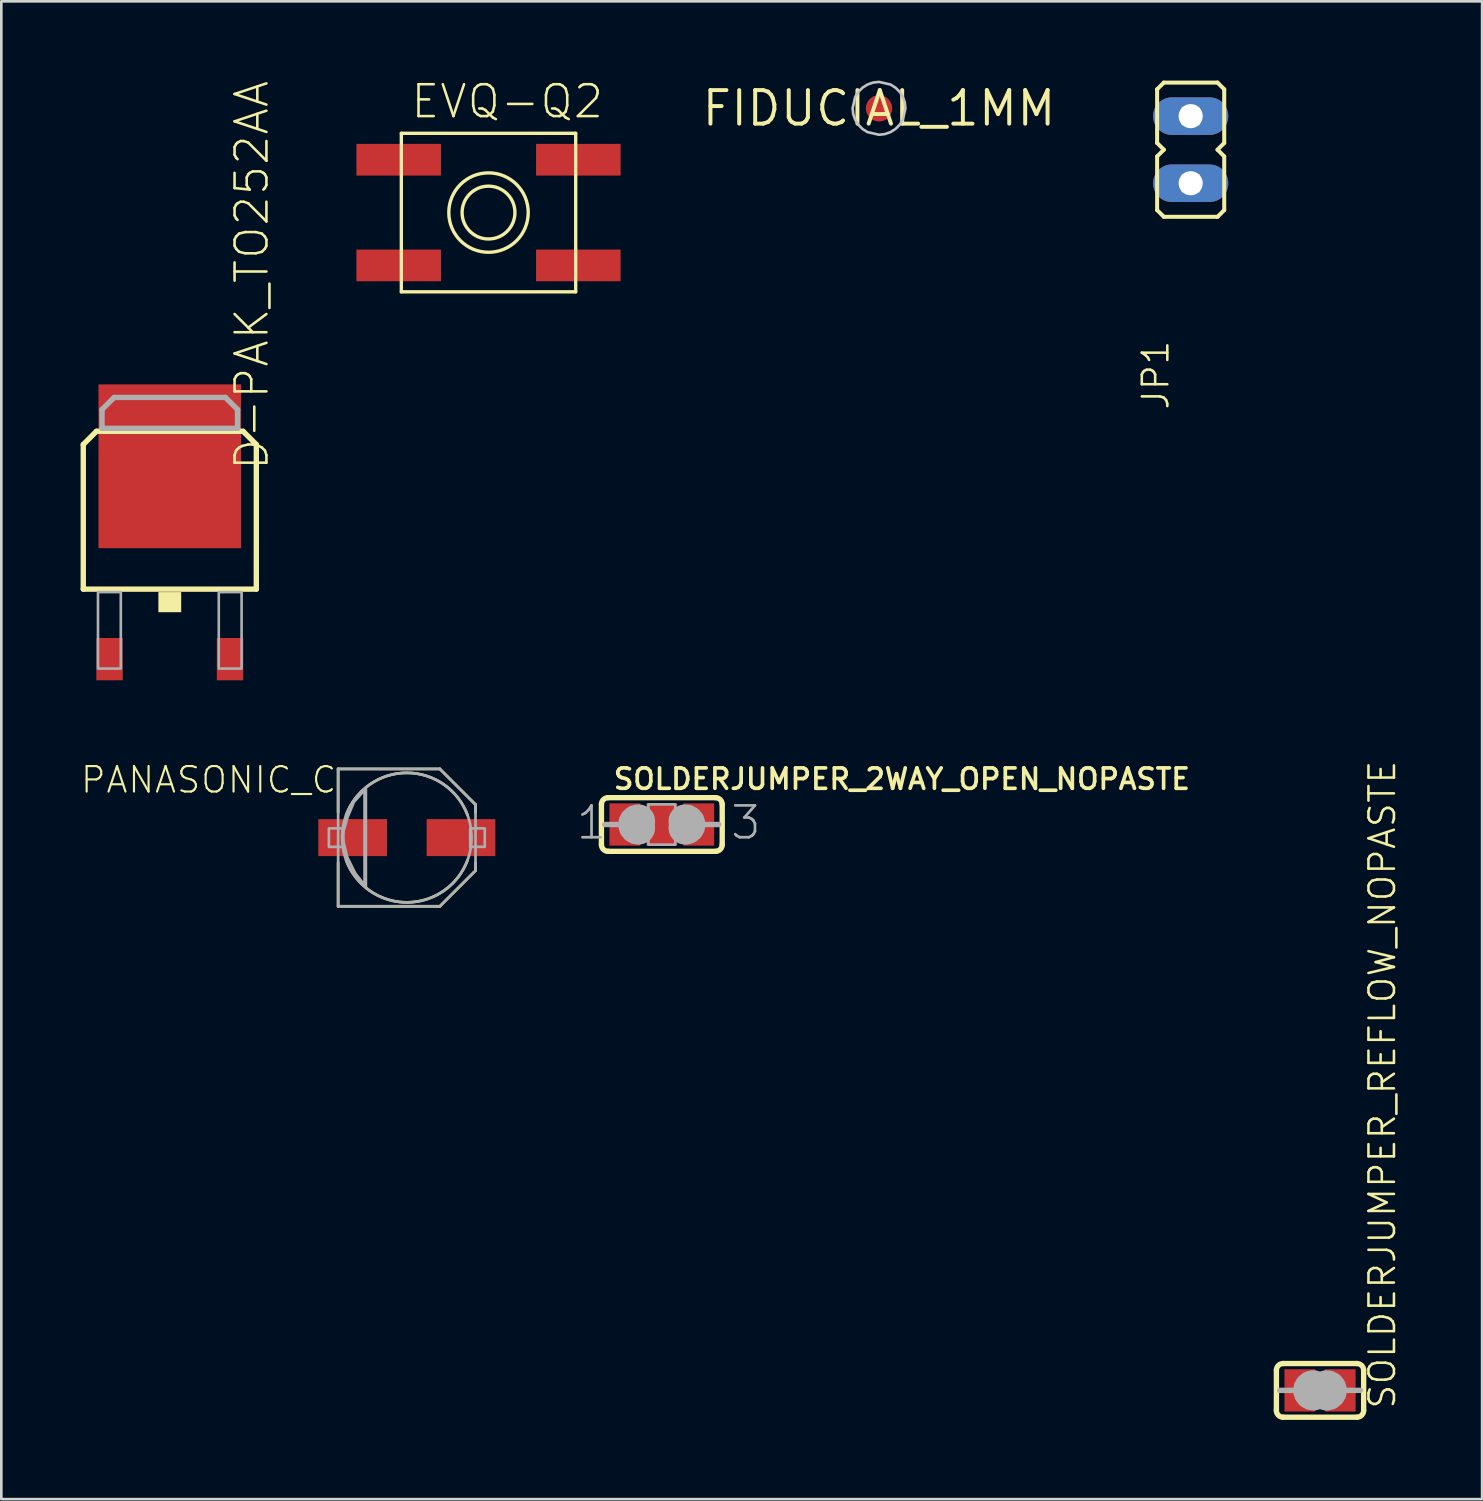
<source format=kicad_pcb>
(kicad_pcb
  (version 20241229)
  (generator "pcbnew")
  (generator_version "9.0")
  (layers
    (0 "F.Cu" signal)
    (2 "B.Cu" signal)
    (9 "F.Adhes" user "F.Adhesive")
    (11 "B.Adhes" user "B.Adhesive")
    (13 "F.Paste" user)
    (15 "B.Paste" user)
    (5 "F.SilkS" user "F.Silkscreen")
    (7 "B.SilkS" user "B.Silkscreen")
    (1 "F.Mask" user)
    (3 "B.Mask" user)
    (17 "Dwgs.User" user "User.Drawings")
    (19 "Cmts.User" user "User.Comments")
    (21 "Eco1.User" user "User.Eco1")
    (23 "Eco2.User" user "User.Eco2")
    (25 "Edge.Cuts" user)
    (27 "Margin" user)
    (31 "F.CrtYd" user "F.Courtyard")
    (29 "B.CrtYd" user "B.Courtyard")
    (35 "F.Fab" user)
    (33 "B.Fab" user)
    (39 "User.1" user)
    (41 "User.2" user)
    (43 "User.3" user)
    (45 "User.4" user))
  (footprint "PANASONIC_C"
    (layer "F.Cu")
    (at 12.349 28.655)
    (property "Reference" "PANASONIC_C" (at -2.6 -2.75 0) (layer "F.SilkS") (effects (font (size 0.965 0.965) (thickness 0.081)) (justify right top)))
    (attr through_hole)
    (fp_line (start -2.6 -2.6) (end 1.25 -2.6) (stroke (width 0.102) (type solid)) (layer "F.SilkS"))
    (fp_line (start -2.6 -0.95) (end -2.6 -2.6) (stroke (width 0.102) (type solid)) (layer "F.SilkS"))
    (fp_line (start -2.6 2.6) (end -2.6 0.95) (stroke (width 0.102) (type solid)) (layer "F.SilkS"))
    (fp_line (start 1.25 -2.6) (end 2.6 -1.25) (stroke (width 0.102) (type solid)) (layer "F.SilkS"))
    (fp_line (start 1.25 2.6) (end -2.6 2.6) (stroke (width 0.102) (type solid)) (layer "F.SilkS"))
    (fp_line (start 2.6 -1.25) (end 2.6 -0.95) (stroke (width 0.102) (type solid)) (layer "F.SilkS"))
    (fp_line (start 2.6 0.95) (end 2.6 1.25) (stroke (width 0.102) (type solid)) (layer "F.SilkS"))
    (fp_line (start 2.6 1.25) (end 1.25 2.6) (stroke (width 0.102) (type solid)) (layer "F.SilkS"))
    (fp_arc (start -2.3 -0.85) (mid 0 -2.45204) (end 2.3 -0.85) (stroke (width 0.1016) (type solid)) (layer "F.SilkS"))
    (fp_arc (start 2.3 0.85) (mid 0 2.45204) (end -2.3 0.85) (stroke (width 0.1016) (type solid)) (layer "F.SilkS"))
    (fp_line (start -2.6 -2.6) (end 1.25 -2.6) (stroke (width 0.102) (type solid)) (layer "F.Fab"))
    (fp_line (start -2.6 2.6) (end -2.6 -2.6) (stroke (width 0.102) (type solid)) (layer "F.Fab"))
    (fp_line (start -1.55 -1.85) (end -1.55 1.85) (stroke (width 0.102) (type solid)) (layer "F.Fab"))
    (fp_line (start 1.25 -2.6) (end 2.6 -1.25) (stroke (width 0.102) (type solid)) (layer "F.Fab"))
    (fp_line (start 1.25 2.6) (end -2.6 2.6) (stroke (width 0.102) (type solid)) (layer "F.Fab"))
    (fp_line (start 2.6 -1.25) (end 2.6 1.25) (stroke (width 0.102) (type solid)) (layer "F.Fab"))
    (fp_line (start 2.6 1.25) (end 1.25 2.6) (stroke (width 0.102) (type solid)) (layer "F.Fab"))
    (fp_circle (center 0 0) (end 2.45 0) (stroke (width 0.102) (type solid)) (fill no) (layer "F.Fab"))
    (fp_poly (pts (xy -2.95 0.35) (xy -2.4 0.35) (xy -2.4 -0.35) (xy -2.95 -0.35)) (stroke (width 0.1) (type solid)) (fill no) (layer "F.Fab"))
    (fp_poly (pts (xy 2.4 0.35) (xy 2.95 0.35) (xy 2.95 -0.35) (xy 2.4 -0.35)) (stroke (width 0.1) (type solid)) (fill no) (layer "F.Fab"))
    (fp_poly (pts (xy -1.6 -1.8) (xy -2 -1.35) (xy -2.25 -0.75) (xy -2.45 -0.05) (xy -2.25 0.75) (xy -1.95 1.35) (xy -1.6 1.8)) (stroke (width 0.1) (type solid)) (fill no) (layer "F.Fab"))
    (pad "+" smd rect (at 2.05 0) (size 2.6 1.4) (layers "F.Cu" "F.Mask" "F.Paste"))
    (pad "-" smd rect (at -2.05 0) (size 2.6 1.4) (layers "F.Cu" "F.Mask" "F.Paste")))
  (footprint "FIDUCIAL_1MM"
    (layer "F.Cu")
    (at 30.222 1.05)
    (property "Reference" "FIDUCIAL_1MM" (at 0 0 0) (layer "F.SilkS") (effects (font (size 1.27 1.27) (thickness 0.15))))
    (attr through_hole)
    (fp_poly (pts (xy -1 0) (xy -0.975 0.223) (xy -0.901 0.434) (xy -0.782 0.623) (xy -0.623 0.782) (xy -0.434 0.901) (xy 0 1) (xy 0.223 0.975) (xy 0.434 0.901) (xy 0.623 0.782) (xy 0.782 0.623) (xy 0.901 0.434) (xy 1 0) (xy 0.975 -0.223) (xy 0.901 -0.434) (xy 0.782 -0.623) (xy 0.623 -0.782) (xy 0.434 -0.901) (xy 0 -1) (xy -0.223 -0.975) (xy -0.434 -0.901) (xy -0.623 -0.782) (xy -0.782 -0.623) (xy -0.901 -0.434)) (stroke (width 0) (type solid)) (fill yes) (layer "F.Mask"))
    (fp_poly (pts (xy -1 0) (xy -0.975 0.223) (xy -0.901 0.434) (xy -0.782 0.623) (xy -0.623 0.782) (xy -0.434 0.901) (xy 0 1) (xy 0.223 0.975) (xy 0.434 0.901) (xy 0.623 0.782) (xy 0.782 0.623) (xy 0.901 0.434) (xy 1 0) (xy 0.975 -0.223) (xy 0.901 -0.434) (xy 0.782 -0.623) (xy 0.623 -0.782) (xy 0.434 -0.901) (xy 0 -1) (xy -0.223 -0.975) (xy -0.434 -0.901) (xy -0.623 -0.782) (xy -0.782 -0.623) (xy -0.901 -0.434)) (stroke (width 0.1) (type solid)) (fill no) (layer "Dwgs.User"))
    (pad "1" smd roundrect (at 0 0) (size 1 1) (layers "F.Cu" "F.Mask") (roundrect_rratio 0.5)))
  (footprint "EVQ-Q2"
    (layer "F.Cu")
    (at 15.441 4.996)
    (property "Reference" "EVQ-Q2" (at -3 -3.5 180) (layer "F.SilkS") (effects (font (size 1.206 1.206) (thickness 0.097)) (justify left bottom)))
    (attr through_hole)
    (fp_line (start -3.3 -3) (end 3.3 -3) (stroke (width 0.127) (type solid)) (layer "F.SilkS"))
    (fp_line (start -3.3 3) (end -3.3 -3) (stroke (width 0.127) (type solid)) (layer "F.SilkS"))
    (fp_line (start 3.3 -3) (end 3.3 3) (stroke (width 0.127) (type solid)) (layer "F.SilkS"))
    (fp_line (start 3.3 3) (end -3.3 3) (stroke (width 0.127) (type solid)) (layer "F.SilkS"))
    (fp_circle (center 0 0) (end 1 0) (stroke (width 0.127) (type solid)) (fill no) (layer "F.SilkS"))
    (fp_circle (center 0 0) (end 1.503 0) (stroke (width 0.127) (type solid)) (fill no) (layer "F.SilkS"))
    (pad "A" smd rect (at -3.4 2) (size 3.2 1.2) (layers "F.Cu" "F.Mask" "F.Paste"))
    (pad "A'" smd rect (at 3.4 2) (size 3.2 1.2) (layers "F.Cu" "F.Mask" "F.Paste"))
    (pad "B" smd rect (at -3.4 -2) (size 3.2 1.2) (layers "F.Cu" "F.Mask" "F.Paste"))
    (pad "B'" smd rect (at 3.4 -2) (size 3.2 1.2) (layers "F.Cu" "F.Mask" "F.Paste")))
  (footprint "SOLDERJUMPER_REFLOW_NOPASTE"
    (layer "F.Cu")
    (at 46.915 49.578)
    (property "Reference" "SOLDERJUMPER_REFLOW_NOPASTE" (at 2.921 0.762 90) (layer "F.SilkS") (effects (font (size 0.965 0.965) (thickness 0.097)) (justify left bottom)))
    (attr through_hole)
    (fp_poly (pts (xy -0.076 0.914) (xy 0.076 0.914) (xy 0.076 -0.914) (xy -0.076 -0.914)) (stroke (width 0) (type solid)) (fill yes) (layer "F.Mask"))
    (fp_line (start -1.651 0.762) (end -1.651 -0.762) (stroke (width 0.203) (type solid)) (layer "F.SilkS"))
    (fp_line (start -1.397 -1.016) (end 1.397 -1.016) (stroke (width 0.203) (type solid)) (layer "F.SilkS"))
    (fp_line (start 1.397 1.016) (end -1.397 1.016) (stroke (width 0.203) (type solid)) (layer "F.SilkS"))
    (fp_line (start 1.651 0.762) (end 1.651 -0.762) (stroke (width 0.203) (type solid)) (layer "F.SilkS"))
    (fp_arc (start -1.651 -0.762) (mid -1.576605 -0.941605) (end -1.397 -1.016) (stroke (width 0.2032) (type solid)) (layer "F.SilkS"))
    (fp_arc (start -1.397 1.016) (mid -1.576605 0.941605) (end -1.651 0.762) (stroke (width 0.2032) (type solid)) (layer "F.SilkS"))
    (fp_arc (start 1.397 -1.016) (mid 1.576605 -0.941605) (end 1.651 -0.762) (stroke (width 0.2032) (type solid)) (layer "F.SilkS"))
    (fp_arc (start 1.651 0.762) (mid 1.576605 0.941605) (end 1.397 1.016) (stroke (width 0.2032) (type solid)) (layer "F.SilkS"))
    (fp_line (start -1.016 0) (end -1.524 0) (stroke (width 0.203) (type solid)) (layer "F.Fab"))
    (fp_line (start 1.016 0) (end 1.524 0) (stroke (width 0.203) (type solid)) (layer "F.Fab"))
    (fp_arc (start -0.254 0.127) (mid -0.381 0) (end -0.254 -0.127) (stroke (width 1.27) (type solid)) (layer "F.Fab"))
    (fp_arc (start 0.254 -0.127) (mid 0.381 0) (end 0.254 0.127) (stroke (width 1.27) (type solid)) (layer "F.Fab"))
    (pad "1" smd rect (at -0.762 0) (size 1.168 1.6) (layers "F.Cu" "F.Mask"))
    (pad "2" smd rect (at 0.762 0) (size 1.168 1.6) (layers "F.Cu" "F.Mask")))
  (footprint "D-PAK_TO252AA"
    (layer "F.Cu")
    (at 3.377 17.1)
    (property "Reference" "D-PAK_TO252AA" (at 3.81 -2.286 270) (layer "F.SilkS") (effects (font (size 1.206 1.206) (thickness 0.097)) (justify left bottom)))
    (attr through_hole)
    (fp_line (start -3.275 -3.325) (end -2.775 -3.825) (stroke (width 0.203) (type solid)) (layer "F.SilkS"))
    (fp_line (start -3.275 2.15) (end -3.275 -3.325) (stroke (width 0.203) (type solid)) (layer "F.SilkS"))
    (fp_line (start -2.775 -3.825) (end 2.775 -3.825) (stroke (width 0.203) (type solid)) (layer "F.SilkS"))
    (fp_line (start 2.775 -3.825) (end 3.275 -3.325) (stroke (width 0.203) (type solid)) (layer "F.SilkS"))
    (fp_line (start 3.275 -3.325) (end 3.275 2.15) (stroke (width 0.203) (type solid)) (layer "F.SilkS"))
    (fp_line (start 3.275 2.15) (end -3.275 2.15) (stroke (width 0.203) (type solid)) (layer "F.SilkS"))
    (fp_poly (pts (xy -0.432 3.023) (xy 0.432 3.023) (xy 0.432 2.261) (xy -0.432 2.261)) (stroke (width 0) (type solid)) (fill yes) (layer "F.SilkS"))
    (fp_line (start -2.565 -4.648) (end -2.108 -5.105) (stroke (width 0.203) (type solid)) (layer "F.Fab"))
    (fp_line (start -2.565 -3.937) (end -2.565 -4.648) (stroke (width 0.203) (type solid)) (layer "F.Fab"))
    (fp_line (start -2.108 -5.105) (end 2.108 -5.105) (stroke (width 0.203) (type solid)) (layer "F.Fab"))
    (fp_line (start 2.108 -5.105) (end 2.565 -4.648) (stroke (width 0.203) (type solid)) (layer "F.Fab"))
    (fp_line (start 2.565 -4.648) (end 2.565 -3.937) (stroke (width 0.203) (type solid)) (layer "F.Fab"))
    (fp_line (start 2.565 -3.937) (end -2.565 -3.937) (stroke (width 0.203) (type solid)) (layer "F.Fab"))
    (fp_poly (pts (xy -2.718 5.156) (xy -1.854 5.156) (xy -1.854 2.261) (xy -2.718 2.261)) (stroke (width 0.1) (type solid)) (fill no) (layer "F.Fab"))
    (fp_poly (pts (xy 1.854 5.156) (xy 2.718 5.156) (xy 2.718 2.261) (xy 1.854 2.261)) (stroke (width 0.1) (type solid)) (fill no) (layer "F.Fab"))
    (fp_poly (pts (xy -2.565 -3.937) (xy -2.565 -4.648) (xy -2.108 -5.105) (xy 2.108 -5.105) (xy 2.565 -4.648) (xy 2.565 -3.937)) (stroke (width 0.1) (type solid)) (fill no) (layer "F.Fab"))
    (pad "1" smd rect (at -2.28 4.8) (size 1 1.6) (layers "F.Cu" "F.Mask" "F.Paste"))
    (pad "3" smd rect (at 2.28 4.8) (size 1 1.6) (layers "F.Cu" "F.Mask" "F.Paste"))
    (pad "4" smd rect (at 0 -2.5) (size 5.4 6.2) (layers "F.Cu" "F.Mask" "F.Paste")))
  (footprint "SOLDERJUMPER_2WAY_OPEN_NOPASTE"
    (layer "F.Cu")
    (at 22.001 28.159)
    (property "Reference" "SOLDERJUMPER_2WAY_OPEN_NOPASTE" (at -1.905 -1.27 180) (layer "F.SilkS") (effects (font (size 0.772 0.772) (thickness 0.139)) (justify left bottom)))
    (attr through_hole)
    (fp_poly (pts (xy -2.1 0.9) (xy 2.1 0.9) (xy 2.1 -0.9) (xy -2.1 -0.9)) (stroke (width 0) (type solid)) (fill yes) (layer "F.Mask"))
    (fp_line (start -2.286 0.762) (end -2.286 -0.762) (stroke (width 0.203) (type solid)) (layer "F.SilkS"))
    (fp_line (start -2.032 -1.016) (end 2.032 -1.016) (stroke (width 0.203) (type solid)) (layer "F.SilkS"))
    (fp_line (start 2.032 1.016) (end -2.032 1.016) (stroke (width 0.203) (type solid)) (layer "F.SilkS"))
    (fp_line (start 2.286 0.762) (end 2.286 -0.762) (stroke (width 0.203) (type solid)) (layer "F.SilkS"))
    (fp_arc (start -2.286 -0.762) (mid -2.211605 -0.941605) (end -2.032 -1.016) (stroke (width 0.2032) (type solid)) (layer "F.SilkS"))
    (fp_arc (start -2.032 1.016) (mid -2.211605 0.941605) (end -2.286 0.762) (stroke (width 0.2032) (type solid)) (layer "F.SilkS"))
    (fp_arc (start 2.032 -1.016) (mid 2.211605 -0.941605) (end 2.286 -0.762) (stroke (width 0.2032) (type solid)) (layer "F.SilkS"))
    (fp_arc (start 2.286 0.762) (mid 2.211605 0.941605) (end 2.032 1.016) (stroke (width 0.2032) (type solid)) (layer "F.SilkS"))
    (fp_line (start -1.651 0) (end -2.159 0) (stroke (width 0.203) (type solid)) (layer "F.Fab"))
    (fp_line (start 1.651 0) (end 2.159 0) (stroke (width 0.203) (type solid)) (layer "F.Fab"))
    (fp_arc (start -0.889 0.127) (mid -1.016 0) (end -0.889 -0.127) (stroke (width 1.27) (type solid)) (layer "F.Fab"))
    (fp_arc (start 0.889 -0.127) (mid 1.016 0) (end 0.889 0.127) (stroke (width 1.27) (type solid)) (layer "F.Fab"))
    (fp_poly (pts (xy -0.508 0.762) (xy 0.508 0.762) (xy 0.508 -0.762) (xy -0.508 -0.762)) (stroke (width 0.1) (type solid)) (fill no) (layer "F.Fab"))
    (fp_text user "1" (at -3.302 0.635 0) (layer "F.Fab") (effects (font (size 1.206 1.206) (thickness 0.102)) (justify left bottom)))
    (fp_text user "3" (at 2.54 0.635 0) (layer "F.Fab") (effects (font (size 1.206 1.206) (thickness 0.102)) (justify left bottom)))
    (pad "1" smd rect (at -1.397 0) (size 1.168 1.6) (layers "F.Cu" "F.Mask"))
    (pad "2" smd rect (at 0 0) (size 1.168 1.6) (layers "F.Cu" "F.Mask"))
    (pad "3" smd rect (at 1.397 0) (size 1.168 1.6) (layers "F.Cu" "F.Mask")))
  (footprint "JP1"
    (layer "F.Cu")
    (at 42.019 2.616)
    (property "Reference" "JP1" (at -0.762 9.906 90) (layer "F.SilkS") (effects (font (size 0.965 0.965) (thickness 0.097)) (justify left bottom)))
    (attr through_hole)
    (fp_line (start -1.27 -2.286) (end -1.27 -0.254) (stroke (width 0.152) (type solid)) (layer "F.SilkS"))
    (fp_line (start -1.27 -2.286) (end -1.016 -2.54) (stroke (width 0.152) (type solid)) (layer "F.SilkS"))
    (fp_line (start -1.27 0.254) (end -1.27 2.286) (stroke (width 0.152) (type solid)) (layer "F.SilkS"))
    (fp_line (start -1.016 0) (end -1.27 -0.254) (stroke (width 0.152) (type solid)) (layer "F.SilkS"))
    (fp_line (start -1.016 0) (end -1.27 0.254) (stroke (width 0.152) (type solid)) (layer "F.SilkS"))
    (fp_line (start -1.016 2.54) (end -1.27 2.286) (stroke (width 0.152) (type solid)) (layer "F.SilkS"))
    (fp_line (start -1.016 2.54) (end 1.016 2.54) (stroke (width 0.152) (type solid)) (layer "F.SilkS"))
    (fp_line (start 1.016 -2.54) (end -1.016 -2.54) (stroke (width 0.152) (type solid)) (layer "F.SilkS"))
    (fp_line (start 1.016 0) (end 1.27 -0.254) (stroke (width 0.152) (type solid)) (layer "F.SilkS"))
    (fp_line (start 1.016 0) (end 1.27 0.254) (stroke (width 0.152) (type solid)) (layer "F.SilkS"))
    (fp_line (start 1.016 2.54) (end 1.27 2.286) (stroke (width 0.152) (type solid)) (layer "F.SilkS"))
    (fp_line (start 1.27 -2.286) (end 1.016 -2.54) (stroke (width 0.152) (type solid)) (layer "F.SilkS"))
    (fp_line (start 1.27 -2.286) (end 1.27 -0.254) (stroke (width 0.152) (type solid)) (layer "F.SilkS"))
    (fp_line (start 1.27 0.254) (end 1.27 2.286) (stroke (width 0.152) (type solid)) (layer "F.SilkS"))
    (fp_poly (pts (xy -0.305 -0.965) (xy 0.305 -0.965) (xy 0.305 -1.575) (xy -0.305 -1.575)) (stroke (width 0.1) (type solid)) (fill no) (layer "F.Fab"))
    (fp_poly (pts (xy -0.305 1.575) (xy 0.305 1.575) (xy 0.305 0.965) (xy -0.305 0.965)) (stroke (width 0.1) (type solid)) (fill no) (layer "F.Fab"))
    (pad "1" thru_hole oval (at 0 1.27) (size 2.845 1.422) (drill 0.914) (layers "*.Cu" "*.Mask"))
    (pad "2" thru_hole oval (at 0 -1.27) (size 2.845 1.422) (drill 0.914) (layers "*.Cu" "*.Mask")))
  (gr_rect
    (start -3 -3)
    (end 53.05 53.695)
    (stroke (width 0.1) (type default))
    (fill no)
    (layer "Edge.Cuts")))
</source>
